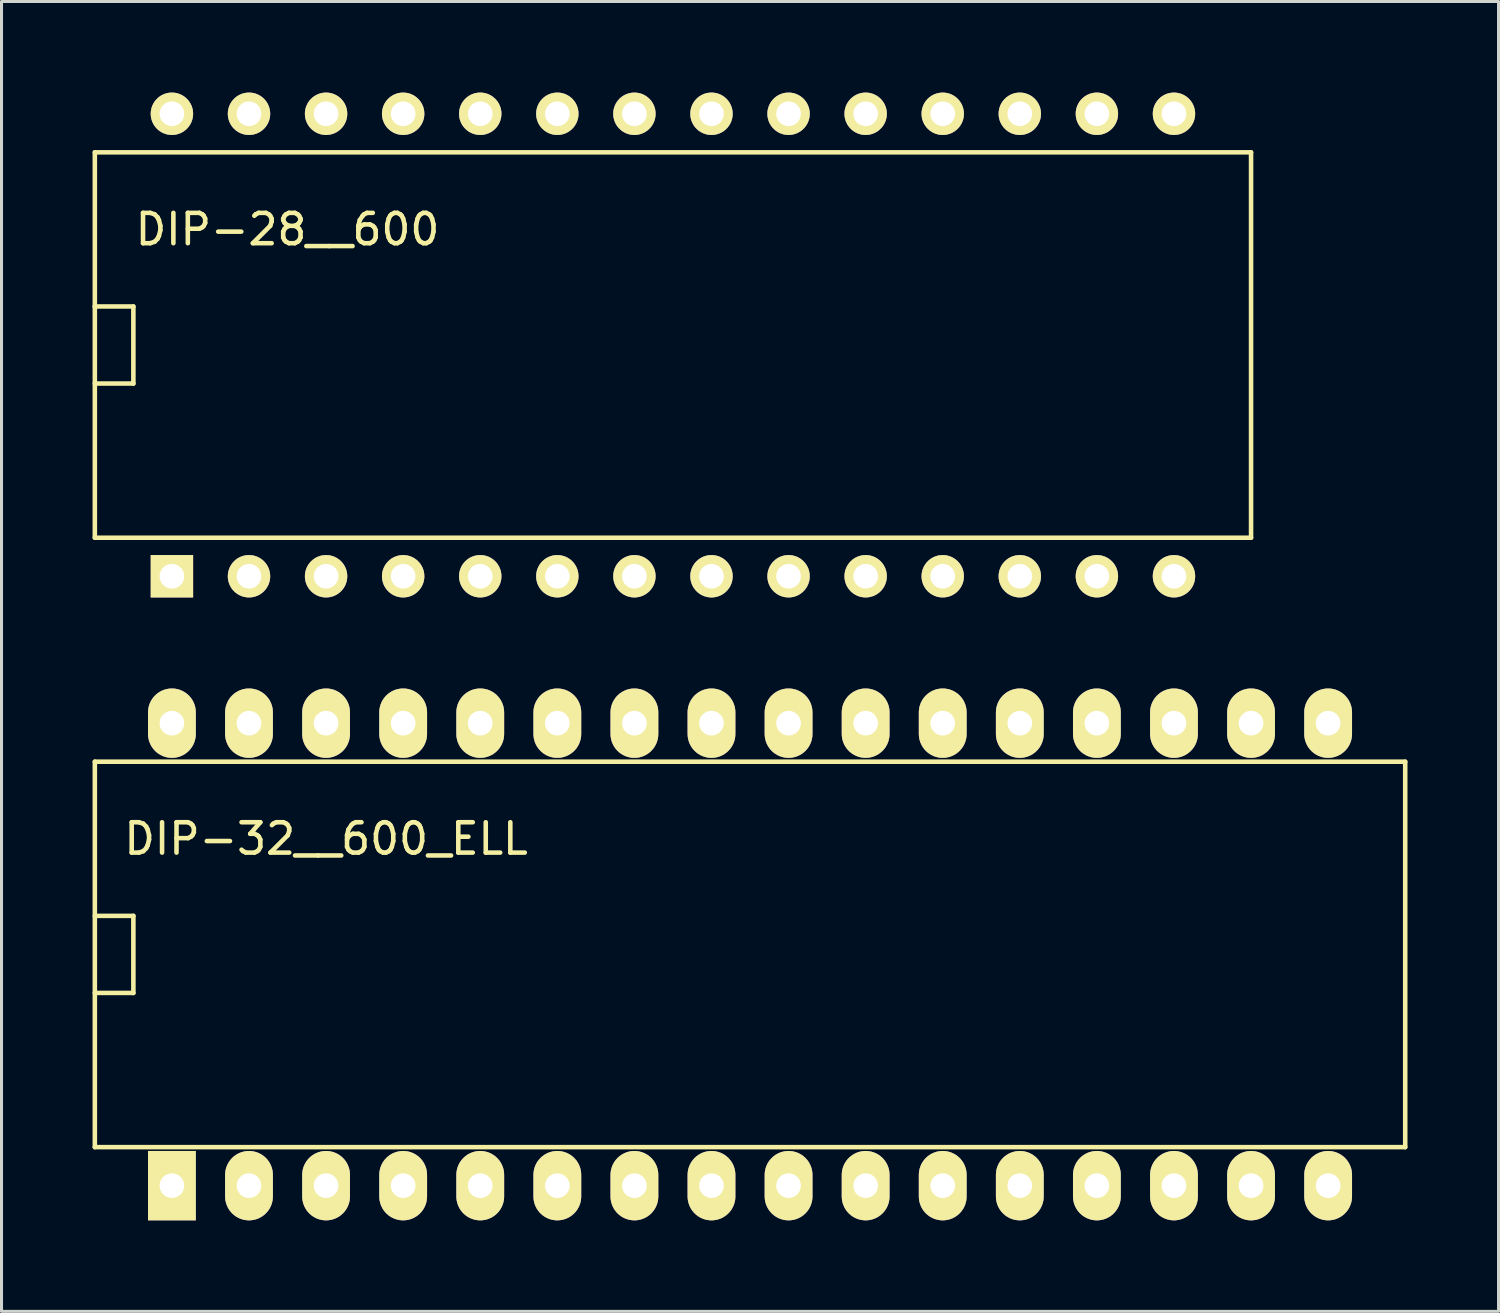
<source format=kicad_pcb>
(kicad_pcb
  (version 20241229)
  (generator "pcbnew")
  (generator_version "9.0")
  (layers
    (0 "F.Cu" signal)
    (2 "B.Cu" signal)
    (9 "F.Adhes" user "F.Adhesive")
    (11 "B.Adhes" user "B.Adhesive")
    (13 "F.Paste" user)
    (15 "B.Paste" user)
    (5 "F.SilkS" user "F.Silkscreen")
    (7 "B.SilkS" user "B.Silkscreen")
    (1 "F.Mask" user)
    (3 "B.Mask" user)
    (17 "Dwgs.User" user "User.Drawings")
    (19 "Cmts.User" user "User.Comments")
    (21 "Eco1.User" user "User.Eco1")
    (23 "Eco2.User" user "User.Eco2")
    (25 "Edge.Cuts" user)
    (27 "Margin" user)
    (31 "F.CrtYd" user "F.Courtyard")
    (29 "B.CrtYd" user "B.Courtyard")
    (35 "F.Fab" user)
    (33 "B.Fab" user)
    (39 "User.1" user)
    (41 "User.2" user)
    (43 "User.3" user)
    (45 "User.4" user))
  (footprint "DIP-32__600_ELL"
    (layer "F.Cu")
    (at 21.665 28.4)
    (property "Reference" "DIP-32__600_ELL" (at -13.97 -3.81 0) (layer "F.SilkS") (effects (font (size 1 1) (thickness 0.15))))
    (attr through_hole)
    (fp_line (start -21.59 -6.35) (end 21.59 -6.35) (stroke (width 0.15) (type solid)) (layer "F.SilkS"))
    (fp_line (start -21.59 1.27) (end -20.32 1.27) (stroke (width 0.15) (type solid)) (layer "F.SilkS"))
    (fp_line (start -21.59 6.35) (end -21.59 -6.35) (stroke (width 0.15) (type solid)) (layer "F.SilkS"))
    (fp_line (start -20.32 -1.27) (end -21.59 -1.27) (stroke (width 0.15) (type solid)) (layer "F.SilkS"))
    (fp_line (start -20.32 1.27) (end -20.32 -1.27) (stroke (width 0.15) (type solid)) (layer "F.SilkS"))
    (fp_line (start 21.59 -6.35) (end 21.59 6.35) (stroke (width 0.15) (type solid)) (layer "F.SilkS"))
    (fp_line (start 21.59 6.35) (end -21.59 6.35) (stroke (width 0.15) (type solid)) (layer "F.SilkS"))
    (pad "1" thru_hole rect (at -19.05 7.62) (size 1.575 2.286) (drill 0.813) (layers "*.Cu" "*.Mask" "F.SilkS"))
    (pad "2" thru_hole oval (at -16.51 7.62) (size 1.575 2.286) (drill 0.813) (layers "*.Cu" "*.Mask" "F.SilkS"))
    (pad "3" thru_hole oval (at -13.97 7.62) (size 1.575 2.286) (drill 0.813) (layers "*.Cu" "*.Mask" "F.SilkS"))
    (pad "4" thru_hole oval (at -11.43 7.62) (size 1.575 2.286) (drill 0.813) (layers "*.Cu" "*.Mask" "F.SilkS"))
    (pad "5" thru_hole oval (at -8.89 7.62) (size 1.575 2.286) (drill 0.813) (layers "*.Cu" "*.Mask" "F.SilkS"))
    (pad "6" thru_hole oval (at -6.35 7.62) (size 1.575 2.286) (drill 0.813) (layers "*.Cu" "*.Mask" "F.SilkS"))
    (pad "7" thru_hole oval (at -3.81 7.62) (size 1.575 2.286) (drill 0.813) (layers "*.Cu" "*.Mask" "F.SilkS"))
    (pad "8" thru_hole oval (at -1.27 7.62) (size 1.575 2.286) (drill 0.813) (layers "*.Cu" "*.Mask" "F.SilkS"))
    (pad "9" thru_hole oval (at 1.27 7.62) (size 1.575 2.286) (drill 0.813) (layers "*.Cu" "*.Mask" "F.SilkS"))
    (pad "10" thru_hole oval (at 3.81 7.62) (size 1.575 2.286) (drill 0.813) (layers "*.Cu" "*.Mask" "F.SilkS"))
    (pad "11" thru_hole oval (at 6.35 7.62) (size 1.575 2.286) (drill 0.813) (layers "*.Cu" "*.Mask" "F.SilkS"))
    (pad "12" thru_hole oval (at 8.89 7.62) (size 1.575 2.286) (drill 0.813) (layers "*.Cu" "*.Mask" "F.SilkS"))
    (pad "13" thru_hole oval (at 11.43 7.62) (size 1.575 2.286) (drill 0.813) (layers "*.Cu" "*.Mask" "F.SilkS"))
    (pad "14" thru_hole oval (at 13.97 7.62) (size 1.575 2.286) (drill 0.813) (layers "*.Cu" "*.Mask" "F.SilkS"))
    (pad "15" thru_hole oval (at 16.51 7.62) (size 1.575 2.286) (drill 0.813) (layers "*.Cu" "*.Mask" "F.SilkS"))
    (pad "16" thru_hole oval (at 19.05 7.62) (size 1.575 2.286) (drill 0.813) (layers "*.Cu" "*.Mask" "F.SilkS"))
    (pad "17" thru_hole oval (at 19.05 -7.62) (size 1.575 2.286) (drill 0.813) (layers "*.Cu" "*.Mask" "F.SilkS"))
    (pad "18" thru_hole oval (at 16.51 -7.62) (size 1.575 2.286) (drill 0.813) (layers "*.Cu" "*.Mask" "F.SilkS"))
    (pad "19" thru_hole oval (at 13.97 -7.62) (size 1.575 2.286) (drill 0.813) (layers "*.Cu" "*.Mask" "F.SilkS"))
    (pad "20" thru_hole oval (at 11.43 -7.62) (size 1.575 2.286) (drill 0.813) (layers "*.Cu" "*.Mask" "F.SilkS"))
    (pad "21" thru_hole oval (at 8.89 -7.62) (size 1.575 2.286) (drill 0.813) (layers "*.Cu" "*.Mask" "F.SilkS"))
    (pad "22" thru_hole oval (at 6.35 -7.62) (size 1.575 2.286) (drill 0.813) (layers "*.Cu" "*.Mask" "F.SilkS"))
    (pad "23" thru_hole oval (at 3.81 -7.62) (size 1.575 2.286) (drill 0.813) (layers "*.Cu" "*.Mask" "F.SilkS"))
    (pad "24" thru_hole oval (at 1.27 -7.62) (size 1.575 2.286) (drill 0.813) (layers "*.Cu" "*.Mask" "F.SilkS"))
    (pad "25" thru_hole oval (at -1.27 -7.62) (size 1.575 2.286) (drill 0.813) (layers "*.Cu" "*.Mask" "F.SilkS"))
    (pad "26" thru_hole oval (at -3.81 -7.62) (size 1.575 2.286) (drill 0.813) (layers "*.Cu" "*.Mask" "F.SilkS"))
    (pad "27" thru_hole oval (at -6.35 -7.62) (size 1.575 2.286) (drill 0.813) (layers "*.Cu" "*.Mask" "F.SilkS"))
    (pad "28" thru_hole oval (at -8.89 -7.62) (size 1.575 2.286) (drill 0.813) (layers "*.Cu" "*.Mask" "F.SilkS"))
    (pad "29" thru_hole oval (at -11.43 -7.62) (size 1.575 2.286) (drill 0.813) (layers "*.Cu" "*.Mask" "F.SilkS"))
    (pad "30" thru_hole oval (at -13.97 -7.62) (size 1.575 2.286) (drill 0.813) (layers "*.Cu" "*.Mask" "F.SilkS"))
    (pad "31" thru_hole oval (at -16.51 -7.62) (size 1.575 2.286) (drill 0.813) (layers "*.Cu" "*.Mask" "F.SilkS"))
    (pad "32" thru_hole oval (at -19.05 -7.62) (size 1.575 2.286) (drill 0.813) (layers "*.Cu" "*.Mask" "F.SilkS")))
  (footprint "DIP-28__600"
    (layer "F.Cu")
    (at 19.125 8.319)
    (property "Reference" "DIP-28__600" (at -12.7 -3.81 0) (layer "F.SilkS") (effects (font (size 1 1) (thickness 0.15))))
    (attr through_hole)
    (fp_line (start -19.05 -6.35) (end 19.05 -6.35) (stroke (width 0.15) (type solid)) (layer "F.SilkS"))
    (fp_line (start -19.05 -1.27) (end -19.05 -1.27) (stroke (width 0.15) (type solid)) (layer "F.SilkS"))
    (fp_line (start -19.05 -1.27) (end -17.78 -1.27) (stroke (width 0.15) (type solid)) (layer "F.SilkS"))
    (fp_line (start -19.05 6.35) (end -19.05 -6.35) (stroke (width 0.15) (type solid)) (layer "F.SilkS"))
    (fp_line (start -17.78 -1.27) (end -17.78 1.27) (stroke (width 0.15) (type solid)) (layer "F.SilkS"))
    (fp_line (start -17.78 1.27) (end -19.05 1.27) (stroke (width 0.15) (type solid)) (layer "F.SilkS"))
    (fp_line (start 19.05 -6.35) (end 19.05 6.35) (stroke (width 0.15) (type solid)) (layer "F.SilkS"))
    (fp_line (start 19.05 6.35) (end -19.05 6.35) (stroke (width 0.15) (type solid)) (layer "F.SilkS"))
    (pad "1" thru_hole rect (at -16.51 7.62) (size 1.397 1.397) (drill 0.813) (layers "*.Cu" "*.Mask" "F.SilkS"))
    (pad "2" thru_hole circle (at -13.97 7.62) (size 1.397 1.397) (drill 0.813) (layers "*.Cu" "*.Mask" "F.SilkS"))
    (pad "3" thru_hole circle (at -11.43 7.62) (size 1.397 1.397) (drill 0.813) (layers "*.Cu" "*.Mask" "F.SilkS"))
    (pad "4" thru_hole circle (at -8.89 7.62) (size 1.397 1.397) (drill 0.813) (layers "*.Cu" "*.Mask" "F.SilkS"))
    (pad "5" thru_hole circle (at -6.35 7.62) (size 1.397 1.397) (drill 0.813) (layers "*.Cu" "*.Mask" "F.SilkS"))
    (pad "6" thru_hole circle (at -3.81 7.62) (size 1.397 1.397) (drill 0.813) (layers "*.Cu" "*.Mask" "F.SilkS"))
    (pad "7" thru_hole circle (at -1.27 7.62) (size 1.397 1.397) (drill 0.813) (layers "*.Cu" "*.Mask" "F.SilkS"))
    (pad "8" thru_hole circle (at 1.27 7.62) (size 1.397 1.397) (drill 0.813) (layers "*.Cu" "*.Mask" "F.SilkS"))
    (pad "9" thru_hole circle (at 3.81 7.62) (size 1.397 1.397) (drill 0.813) (layers "*.Cu" "*.Mask" "F.SilkS"))
    (pad "10" thru_hole circle (at 6.35 7.62) (size 1.397 1.397) (drill 0.813) (layers "*.Cu" "*.Mask" "F.SilkS"))
    (pad "11" thru_hole circle (at 8.89 7.62) (size 1.397 1.397) (drill 0.813) (layers "*.Cu" "*.Mask" "F.SilkS"))
    (pad "12" thru_hole circle (at 11.43 7.62) (size 1.397 1.397) (drill 0.813) (layers "*.Cu" "*.Mask" "F.SilkS"))
    (pad "13" thru_hole circle (at 13.97 7.62) (size 1.397 1.397) (drill 0.813) (layers "*.Cu" "*.Mask" "F.SilkS"))
    (pad "14" thru_hole circle (at 16.51 7.62) (size 1.397 1.397) (drill 0.813) (layers "*.Cu" "*.Mask" "F.SilkS"))
    (pad "15" thru_hole circle (at 16.51 -7.62) (size 1.397 1.397) (drill 0.813) (layers "*.Cu" "*.Mask" "F.SilkS"))
    (pad "16" thru_hole circle (at 13.97 -7.62) (size 1.397 1.397) (drill 0.813) (layers "*.Cu" "*.Mask" "F.SilkS"))
    (pad "17" thru_hole circle (at 11.43 -7.62) (size 1.397 1.397) (drill 0.813) (layers "*.Cu" "*.Mask" "F.SilkS"))
    (pad "18" thru_hole circle (at 8.89 -7.62) (size 1.397 1.397) (drill 0.813) (layers "*.Cu" "*.Mask" "F.SilkS"))
    (pad "19" thru_hole circle (at 6.35 -7.62) (size 1.397 1.397) (drill 0.813) (layers "*.Cu" "*.Mask" "F.SilkS"))
    (pad "20" thru_hole circle (at 3.81 -7.62) (size 1.397 1.397) (drill 0.813) (layers "*.Cu" "*.Mask" "F.SilkS"))
    (pad "21" thru_hole circle (at 1.27 -7.62) (size 1.397 1.397) (drill 0.813) (layers "*.Cu" "*.Mask" "F.SilkS"))
    (pad "22" thru_hole circle (at -1.27 -7.62) (size 1.397 1.397) (drill 0.813) (layers "*.Cu" "*.Mask" "F.SilkS"))
    (pad "23" thru_hole circle (at -3.81 -7.62) (size 1.397 1.397) (drill 0.813) (layers "*.Cu" "*.Mask" "F.SilkS"))
    (pad "24" thru_hole circle (at -6.35 -7.62) (size 1.397 1.397) (drill 0.813) (layers "*.Cu" "*.Mask" "F.SilkS"))
    (pad "25" thru_hole circle (at -8.89 -7.62) (size 1.397 1.397) (drill 0.813) (layers "*.Cu" "*.Mask" "F.SilkS"))
    (pad "26" thru_hole circle (at -11.43 -7.62) (size 1.397 1.397) (drill 0.813) (layers "*.Cu" "*.Mask" "F.SilkS"))
    (pad "27" thru_hole circle (at -13.97 -7.62) (size 1.397 1.397) (drill 0.813) (layers "*.Cu" "*.Mask" "F.SilkS"))
    (pad "28" thru_hole circle (at -16.51 -7.62) (size 1.397 1.397) (drill 0.813) (layers "*.Cu" "*.Mask" "F.SilkS")))
  (gr_rect
    (start -3 -3)
    (end 46.33 40.163)
    (stroke (width 0.1) (type default))
    (fill no)
    (layer "Edge.Cuts")))
</source>
